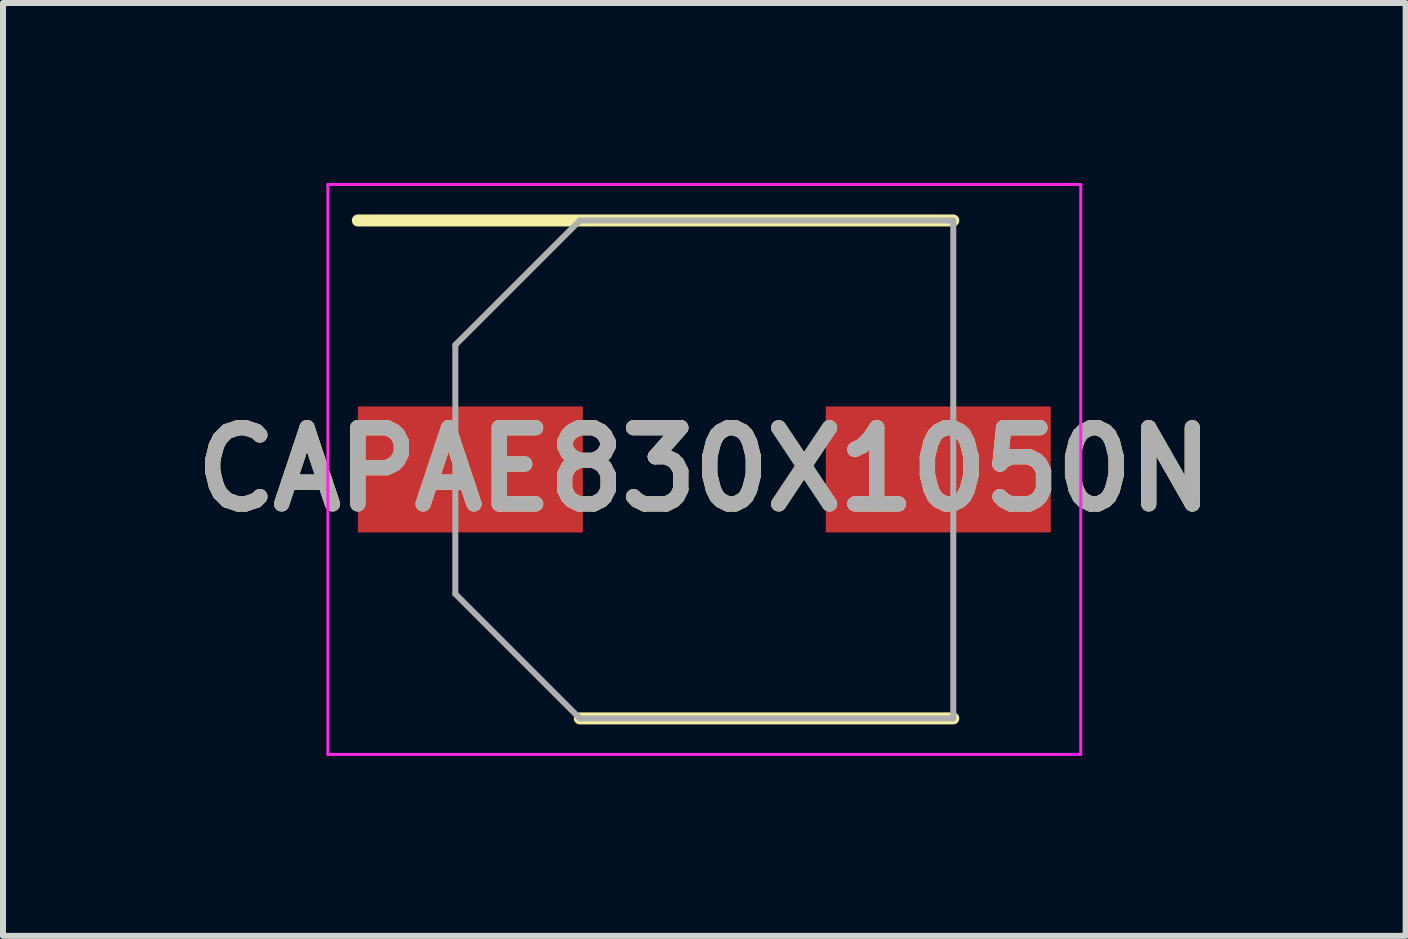
<source format=kicad_pcb>
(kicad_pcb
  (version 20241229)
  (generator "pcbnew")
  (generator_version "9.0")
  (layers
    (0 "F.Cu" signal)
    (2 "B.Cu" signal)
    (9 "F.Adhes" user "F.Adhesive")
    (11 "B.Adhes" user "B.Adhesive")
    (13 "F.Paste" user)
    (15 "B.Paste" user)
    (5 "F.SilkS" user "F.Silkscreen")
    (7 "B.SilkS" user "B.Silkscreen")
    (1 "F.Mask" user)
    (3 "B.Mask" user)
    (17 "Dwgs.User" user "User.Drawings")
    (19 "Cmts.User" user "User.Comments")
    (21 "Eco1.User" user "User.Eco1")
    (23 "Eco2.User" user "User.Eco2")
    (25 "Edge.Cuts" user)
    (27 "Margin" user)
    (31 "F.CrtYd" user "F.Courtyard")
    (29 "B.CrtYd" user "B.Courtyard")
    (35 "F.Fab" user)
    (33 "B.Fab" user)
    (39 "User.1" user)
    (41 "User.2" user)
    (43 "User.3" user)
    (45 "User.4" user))
  (footprint "CAPAE830X1050N"
    (layer "F.Cu")
    (at 8.69 4.775)
    (property "Reference" "CAPAE830X1050N" (at 0 0 0) (layer "F.SilkS") (effects (font (size 1.27 1.27) (thickness 0.254))))
    (attr smd)
    (fp_line (start -5.775 -4.15) (end 4.15 -4.15) (stroke (width 0.2) (type solid)) (layer "F.SilkS"))
    (fp_line (start -2.075 4.15) (end 4.15 4.15) (stroke (width 0.2) (type solid)) (layer "F.SilkS"))
    (fp_line (start -6.275 -4.75) (end 6.275 -4.75) (stroke (width 0.05) (type solid)) (layer "F.CrtYd"))
    (fp_line (start -6.275 4.75) (end -6.275 -4.75) (stroke (width 0.05) (type solid)) (layer "F.CrtYd"))
    (fp_line (start 6.275 -4.75) (end 6.275 4.75) (stroke (width 0.05) (type solid)) (layer "F.CrtYd"))
    (fp_line (start 6.275 4.75) (end -6.275 4.75) (stroke (width 0.05) (type solid)) (layer "F.CrtYd"))
    (fp_line (start -4.15 -2.075) (end -4.15 2.075) (stroke (width 0.1) (type solid)) (layer "F.Fab"))
    (fp_line (start -4.15 2.075) (end -2.075 4.15) (stroke (width 0.1) (type solid)) (layer "F.Fab"))
    (fp_line (start -2.075 -4.15) (end -4.15 -2.075) (stroke (width 0.1) (type solid)) (layer "F.Fab"))
    (fp_line (start -2.075 4.15) (end 4.15 4.15) (stroke (width 0.1) (type solid)) (layer "F.Fab"))
    (fp_line (start 4.15 -4.15) (end -2.075 -4.15) (stroke (width 0.1) (type solid)) (layer "F.Fab"))
    (fp_line (start 4.15 4.15) (end 4.15 -4.15) (stroke (width 0.1) (type solid)) (layer "F.Fab"))
    (fp_text user "${REFERENCE}" (at 0 0 0) (layer "F.Fab") (effects (font (size 1.27 1.27) (thickness 0.254))))
    (pad "1" smd rect (at -3.9 0 90) (size 2.1 3.75) (layers "F.Cu" "F.Mask" "F.Paste"))
    (pad "2" smd rect (at 3.9 0 90) (size 2.1 3.75) (layers "F.Cu" "F.Mask" "F.Paste")))
  (gr_rect
    (start -3 -3)
    (end 20.381 12.55)
    (stroke (width 0.1) (type default))
    (fill no)
    (layer "Edge.Cuts")))
</source>
